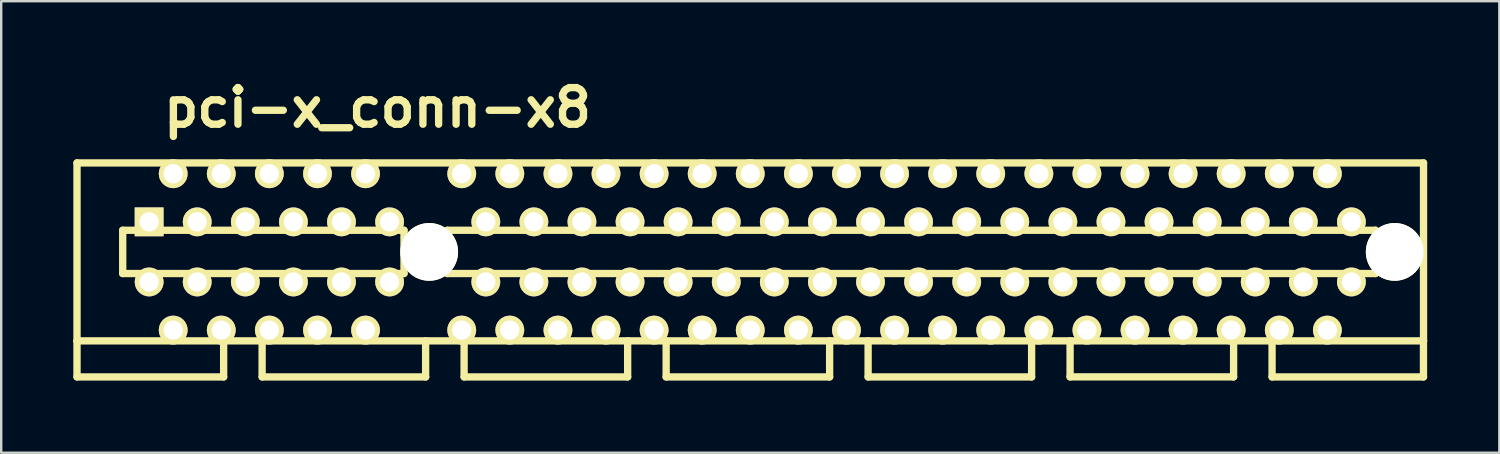
<source format=kicad_pcb>
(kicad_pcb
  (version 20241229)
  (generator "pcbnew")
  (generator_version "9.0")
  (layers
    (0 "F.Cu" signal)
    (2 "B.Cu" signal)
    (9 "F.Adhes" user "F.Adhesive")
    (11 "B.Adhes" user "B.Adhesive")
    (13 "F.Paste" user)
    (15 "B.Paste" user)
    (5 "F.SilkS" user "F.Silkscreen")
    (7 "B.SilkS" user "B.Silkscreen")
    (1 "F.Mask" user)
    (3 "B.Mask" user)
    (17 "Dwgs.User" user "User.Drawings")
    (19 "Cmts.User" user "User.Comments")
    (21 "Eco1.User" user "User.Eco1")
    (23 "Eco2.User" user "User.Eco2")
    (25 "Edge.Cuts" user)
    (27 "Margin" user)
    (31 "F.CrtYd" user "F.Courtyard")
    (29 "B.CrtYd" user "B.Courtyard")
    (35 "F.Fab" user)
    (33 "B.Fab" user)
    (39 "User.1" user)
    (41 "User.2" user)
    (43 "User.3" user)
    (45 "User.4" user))
  (footprint "pci-x_conn-x8"
    (layer "F.Cu")
    (at 12.652 7.426)
    (property "Reference" "pci-x_conn-x8" (at 0 -5.999 0) (layer "F.SilkS") (effects (font (size 1.524 1.524) (thickness 0.305))))
    (attr through_hole)
    (fp_line (start -12.499 -3.701) (end -12.499 3.701) (stroke (width 0.305) (type solid)) (layer "F.SilkS"))
    (fp_line (start -12.499 3.701) (end -12.499 5.199) (stroke (width 0.305) (type solid)) (layer "F.SilkS"))
    (fp_line (start -12.499 3.701) (end 43.5 3.701) (stroke (width 0.305) (type solid)) (layer "F.SilkS"))
    (fp_line (start -10.599 -0.899) (end -10.599 0.899) (stroke (width 0.305) (type solid)) (layer "F.SilkS"))
    (fp_line (start -10.599 -0.899) (end 1.1 -0.899) (stroke (width 0.305) (type solid)) (layer "F.SilkS"))
    (fp_line (start -6.401 5.199) (end -12.499 5.199) (stroke (width 0.305) (type solid)) (layer "F.SilkS"))
    (fp_line (start -6.401 5.199) (end -6.401 3.701) (stroke (width 0.305) (type solid)) (layer "F.SilkS"))
    (fp_line (start -4.801 3.701) (end -4.801 5.199) (stroke (width 0.305) (type solid)) (layer "F.SilkS"))
    (fp_line (start -4.798 5.199) (end 2.002 5.199) (stroke (width 0.305) (type solid)) (layer "F.SilkS"))
    (fp_line (start 1.1 0.899) (end -10.599 0.899) (stroke (width 0.305) (type solid)) (layer "F.SilkS"))
    (fp_line (start 1.1 0.899) (end 1.1 -0.899) (stroke (width 0.305) (type solid)) (layer "F.SilkS"))
    (fp_line (start 1.999 5.199) (end 1.999 3.701) (stroke (width 0.305) (type solid)) (layer "F.SilkS"))
    (fp_line (start 2.901 0.899) (end 2.901 -0.899) (stroke (width 0.305) (type solid)) (layer "F.SilkS"))
    (fp_line (start 2.901 0.899) (end 41.501 0.899) (stroke (width 0.305) (type solid)) (layer "F.SilkS"))
    (fp_line (start 3.599 3.701) (end 3.599 5.199) (stroke (width 0.305) (type solid)) (layer "F.SilkS"))
    (fp_line (start 3.602 5.199) (end 10.401 5.199) (stroke (width 0.305) (type solid)) (layer "F.SilkS"))
    (fp_line (start 10.401 5.199) (end 10.401 3.701) (stroke (width 0.305) (type solid)) (layer "F.SilkS"))
    (fp_line (start 12.002 5.199) (end 12.002 3.701) (stroke (width 0.305) (type solid)) (layer "F.SilkS"))
    (fp_line (start 12.002 5.199) (end 18.801 5.199) (stroke (width 0.305) (type solid)) (layer "F.SilkS"))
    (fp_line (start 18.801 5.199) (end 18.801 3.701) (stroke (width 0.305) (type solid)) (layer "F.SilkS"))
    (fp_line (start 20.401 3.701) (end 20.401 5.199) (stroke (width 0.305) (type solid)) (layer "F.SilkS"))
    (fp_line (start 20.401 5.199) (end 27.201 5.199) (stroke (width 0.305) (type solid)) (layer "F.SilkS"))
    (fp_line (start 27.201 5.199) (end 27.201 3.701) (stroke (width 0.305) (type solid)) (layer "F.SilkS"))
    (fp_line (start 28.801 3.701) (end 28.801 5.199) (stroke (width 0.305) (type solid)) (layer "F.SilkS"))
    (fp_line (start 28.801 5.197) (end 35.601 5.197) (stroke (width 0.305) (type solid)) (layer "F.SilkS"))
    (fp_line (start 35.601 5.199) (end 35.601 3.701) (stroke (width 0.305) (type solid)) (layer "F.SilkS"))
    (fp_line (start 37.201 5.199) (end 37.201 3.701) (stroke (width 0.305) (type solid)) (layer "F.SilkS"))
    (fp_line (start 37.201 5.199) (end 43.5 5.199) (stroke (width 0.305) (type solid)) (layer "F.SilkS"))
    (fp_line (start 41.501 -0.899) (end 2.901 -0.899) (stroke (width 0.305) (type solid)) (layer "F.SilkS"))
    (fp_line (start 41.504 -0.899) (end 41.504 0.899) (stroke (width 0.305) (type solid)) (layer "F.SilkS"))
    (fp_line (start 43.498 5.199) (end 43.498 3.701) (stroke (width 0.305) (type solid)) (layer "F.SilkS"))
    (fp_line (start 43.5 -3.701) (end -12.499 -3.701) (stroke (width 0.305) (type solid)) (layer "F.SilkS"))
    (fp_line (start 43.5 3.701) (end 43.5 -3.701) (stroke (width 0.305) (type solid)) (layer "F.SilkS"))
    (pad "" np_thru_hole circle (at 2.149 0) (size 2.4 2.4) (drill 2.4) (layers "*.Cu" "*.Mask" "F.SilkS"))
    (pad "" np_thru_hole circle (at 42.301 0) (size 2.4 2.4) (drill 2.4) (layers "*.Cu" "*.Mask" "F.SilkS"))
    (pad "A1" thru_hole rect (at -9.5 -1.25) (size 1.199 1.199) (drill 0.8) (layers "*.Cu" "*.Mask" "F.SilkS"))
    (pad "A2" thru_hole circle (at -8.499 -3.251) (size 1.199 1.199) (drill 0.8) (layers "*.Cu" "*.Mask" "F.SilkS"))
    (pad "A3" thru_hole circle (at -7.501 -1.25) (size 1.199 1.199) (drill 0.8) (layers "*.Cu" "*.Mask" "F.SilkS"))
    (pad "A4" thru_hole circle (at -6.5 -3.251) (size 1.199 1.199) (drill 0.8) (layers "*.Cu" "*.Mask" "F.SilkS"))
    (pad "A5" thru_hole circle (at -5.499 -1.25) (size 1.199 1.199) (drill 0.8) (layers "*.Cu" "*.Mask" "F.SilkS"))
    (pad "A6" thru_hole circle (at -4.501 -3.251) (size 1.199 1.199) (drill 0.8) (layers "*.Cu" "*.Mask" "F.SilkS"))
    (pad "A7" thru_hole circle (at -3.5 -1.25) (size 1.199 1.199) (drill 0.8) (layers "*.Cu" "*.Mask" "F.SilkS"))
    (pad "A8" thru_hole circle (at -2.499 -3.251) (size 1.199 1.199) (drill 0.8) (layers "*.Cu" "*.Mask" "F.SilkS"))
    (pad "A9" thru_hole circle (at -1.501 -1.25) (size 1.199 1.199) (drill 0.8) (layers "*.Cu" "*.Mask" "F.SilkS"))
    (pad "A10" thru_hole circle (at -0.5 -3.251) (size 1.199 1.199) (drill 0.8) (layers "*.Cu" "*.Mask" "F.SilkS"))
    (pad "A11" thru_hole circle (at 0.5 -1.25) (size 1.199 1.199) (drill 0.8) (layers "*.Cu" "*.Mask" "F.SilkS"))
    (pad "A12" thru_hole circle (at 3.5 -3.251) (size 1.199 1.199) (drill 0.8) (layers "*.Cu" "*.Mask" "F.SilkS"))
    (pad "A13" thru_hole circle (at 4.501 -1.25) (size 1.199 1.199) (drill 0.8) (layers "*.Cu" "*.Mask" "F.SilkS"))
    (pad "A14" thru_hole circle (at 5.499 -3.251) (size 1.199 1.199) (drill 0.8) (layers "*.Cu" "*.Mask" "F.SilkS"))
    (pad "A15" thru_hole circle (at 6.5 -1.25) (size 1.199 1.199) (drill 0.8) (layers "*.Cu" "*.Mask" "F.SilkS"))
    (pad "A16" thru_hole circle (at 7.501 -3.251) (size 1.199 1.199) (drill 0.8) (layers "*.Cu" "*.Mask" "F.SilkS"))
    (pad "A17" thru_hole circle (at 8.499 -1.25) (size 1.199 1.199) (drill 0.8) (layers "*.Cu" "*.Mask" "F.SilkS"))
    (pad "A18" thru_hole circle (at 9.5 -3.251) (size 1.199 1.199) (drill 0.8) (layers "*.Cu" "*.Mask" "F.SilkS"))
    (pad "A19" thru_hole circle (at 10.5 -1.25) (size 1.199 1.199) (drill 0.8) (layers "*.Cu" "*.Mask" "F.SilkS"))
    (pad "A20" thru_hole circle (at 11.501 -3.251) (size 1.199 1.199) (drill 0.8) (layers "*.Cu" "*.Mask" "F.SilkS"))
    (pad "A21" thru_hole circle (at 12.499 -1.25) (size 1.199 1.199) (drill 0.8) (layers "*.Cu" "*.Mask" "F.SilkS"))
    (pad "A22" thru_hole circle (at 13.5 -3.251) (size 1.199 1.199) (drill 0.8) (layers "*.Cu" "*.Mask" "F.SilkS"))
    (pad "A23" thru_hole circle (at 14.501 -1.25) (size 1.199 1.199) (drill 0.8) (layers "*.Cu" "*.Mask" "F.SilkS"))
    (pad "A24" thru_hole circle (at 15.499 -3.251) (size 1.199 1.199) (drill 0.8) (layers "*.Cu" "*.Mask" "F.SilkS"))
    (pad "A25" thru_hole circle (at 16.5 -1.25) (size 1.199 1.199) (drill 0.8) (layers "*.Cu" "*.Mask" "F.SilkS"))
    (pad "A26" thru_hole circle (at 17.501 -3.251) (size 1.199 1.199) (drill 0.8) (layers "*.Cu" "*.Mask" "F.SilkS"))
    (pad "A27" thru_hole circle (at 18.499 -1.25) (size 1.199 1.199) (drill 0.8) (layers "*.Cu" "*.Mask" "F.SilkS"))
    (pad "A28" thru_hole circle (at 19.5 -3.251) (size 1.199 1.199) (drill 0.8) (layers "*.Cu" "*.Mask" "F.SilkS"))
    (pad "A29" thru_hole circle (at 20.5 -1.25) (size 1.199 1.199) (drill 0.8) (layers "*.Cu" "*.Mask" "F.SilkS"))
    (pad "A30" thru_hole circle (at 21.501 -3.251) (size 1.199 1.199) (drill 0.8) (layers "*.Cu" "*.Mask" "F.SilkS"))
    (pad "A31" thru_hole circle (at 22.499 -1.25) (size 1.199 1.199) (drill 0.8) (layers "*.Cu" "*.Mask" "F.SilkS"))
    (pad "A32" thru_hole circle (at 23.5 -3.251) (size 1.199 1.199) (drill 0.8) (layers "*.Cu" "*.Mask" "F.SilkS"))
    (pad "A33" thru_hole circle (at 24.501 -1.25) (size 1.199 1.199) (drill 0.8) (layers "*.Cu" "*.Mask" "F.SilkS"))
    (pad "A34" thru_hole circle (at 25.499 -3.251) (size 1.199 1.199) (drill 0.8) (layers "*.Cu" "*.Mask" "F.SilkS"))
    (pad "A35" thru_hole circle (at 26.5 -1.25) (size 1.199 1.199) (drill 0.8) (layers "*.Cu" "*.Mask" "F.SilkS"))
    (pad "A36" thru_hole circle (at 27.501 -3.251) (size 1.199 1.199) (drill 0.8) (layers "*.Cu" "*.Mask" "F.SilkS"))
    (pad "A37" thru_hole circle (at 28.499 -1.25) (size 1.199 1.199) (drill 0.8) (layers "*.Cu" "*.Mask" "F.SilkS"))
    (pad "A38" thru_hole circle (at 29.5 -3.251) (size 1.199 1.199) (drill 0.8) (layers "*.Cu" "*.Mask" "F.SilkS"))
    (pad "A39" thru_hole circle (at 30.5 -1.25) (size 1.199 1.199) (drill 0.8) (layers "*.Cu" "*.Mask" "F.SilkS"))
    (pad "A40" thru_hole circle (at 31.501 -3.251) (size 1.199 1.199) (drill 0.8) (layers "*.Cu" "*.Mask" "F.SilkS"))
    (pad "A41" thru_hole circle (at 32.499 -1.25) (size 1.199 1.199) (drill 0.8) (layers "*.Cu" "*.Mask" "F.SilkS"))
    (pad "A42" thru_hole circle (at 33.5 -3.251) (size 1.199 1.199) (drill 0.8) (layers "*.Cu" "*.Mask" "F.SilkS"))
    (pad "A43" thru_hole circle (at 34.501 -1.25) (size 1.199 1.199) (drill 0.8) (layers "*.Cu" "*.Mask" "F.SilkS"))
    (pad "A44" thru_hole circle (at 35.499 -3.251) (size 1.199 1.199) (drill 0.8) (layers "*.Cu" "*.Mask" "F.SilkS"))
    (pad "A45" thru_hole circle (at 36.5 -1.25) (size 1.199 1.199) (drill 0.8) (layers "*.Cu" "*.Mask" "F.SilkS"))
    (pad "A46" thru_hole circle (at 37.501 -3.251) (size 1.199 1.199) (drill 0.8) (layers "*.Cu" "*.Mask" "F.SilkS"))
    (pad "A47" thru_hole circle (at 38.499 -1.25) (size 1.199 1.199) (drill 0.8) (layers "*.Cu" "*.Mask" "F.SilkS"))
    (pad "A48" thru_hole circle (at 39.5 -3.251) (size 1.199 1.199) (drill 0.8) (layers "*.Cu" "*.Mask" "F.SilkS"))
    (pad "A49" thru_hole circle (at 40.5 -1.25) (size 1.199 1.199) (drill 0.8) (layers "*.Cu" "*.Mask" "F.SilkS"))
    (pad "B1" thru_hole circle (at -9.5 1.25) (size 1.199 1.199) (drill 0.8) (layers "*.Cu" "*.Mask" "F.SilkS"))
    (pad "B2" thru_hole circle (at -8.499 3.251) (size 1.199 1.199) (drill 0.8) (layers "*.Cu" "*.Mask" "F.SilkS"))
    (pad "B3" thru_hole circle (at -7.501 1.25) (size 1.199 1.199) (drill 0.8) (layers "*.Cu" "*.Mask" "F.SilkS"))
    (pad "B4" thru_hole circle (at -6.5 3.251) (size 1.199 1.199) (drill 0.8) (layers "*.Cu" "*.Mask" "F.SilkS"))
    (pad "B5" thru_hole circle (at -5.499 1.25) (size 1.199 1.199) (drill 0.8) (layers "*.Cu" "*.Mask" "F.SilkS"))
    (pad "B6" thru_hole circle (at -4.501 3.251) (size 1.199 1.199) (drill 0.8) (layers "*.Cu" "*.Mask" "F.SilkS"))
    (pad "B7" thru_hole circle (at -3.5 1.25) (size 1.199 1.199) (drill 0.8) (layers "*.Cu" "*.Mask" "F.SilkS"))
    (pad "B8" thru_hole circle (at -2.499 3.251) (size 1.199 1.199) (drill 0.8) (layers "*.Cu" "*.Mask" "F.SilkS"))
    (pad "B9" thru_hole circle (at -1.501 1.25) (size 1.199 1.199) (drill 0.8) (layers "*.Cu" "*.Mask" "F.SilkS"))
    (pad "B10" thru_hole circle (at -0.5 3.251) (size 1.199 1.199) (drill 0.8) (layers "*.Cu" "*.Mask" "F.SilkS"))
    (pad "B11" thru_hole circle (at 0.5 1.25) (size 1.199 1.199) (drill 0.8) (layers "*.Cu" "*.Mask" "F.SilkS"))
    (pad "B12" thru_hole circle (at 3.5 3.251) (size 1.199 1.199) (drill 0.8) (layers "*.Cu" "*.Mask" "F.SilkS"))
    (pad "B13" thru_hole circle (at 4.501 1.25) (size 1.199 1.199) (drill 0.8) (layers "*.Cu" "*.Mask" "F.SilkS"))
    (pad "B14" thru_hole circle (at 5.499 3.251) (size 1.199 1.199) (drill 0.8) (layers "*.Cu" "*.Mask" "F.SilkS"))
    (pad "B15" thru_hole circle (at 6.5 1.25) (size 1.199 1.199) (drill 0.8) (layers "*.Cu" "*.Mask" "F.SilkS"))
    (pad "B16" thru_hole circle (at 7.501 3.251) (size 1.199 1.199) (drill 0.8) (layers "*.Cu" "*.Mask" "F.SilkS"))
    (pad "B17" thru_hole circle (at 8.499 1.25) (size 1.199 1.199) (drill 0.8) (layers "*.Cu" "*.Mask" "F.SilkS"))
    (pad "B18" thru_hole circle (at 9.5 3.251) (size 1.199 1.199) (drill 0.8) (layers "*.Cu" "*.Mask" "F.SilkS"))
    (pad "B19" thru_hole circle (at 10.5 1.25) (size 1.199 1.199) (drill 0.8) (layers "*.Cu" "*.Mask" "F.SilkS"))
    (pad "B20" thru_hole circle (at 11.501 3.251) (size 1.199 1.199) (drill 0.8) (layers "*.Cu" "*.Mask" "F.SilkS"))
    (pad "B21" thru_hole circle (at 12.499 1.25) (size 1.199 1.199) (drill 0.8) (layers "*.Cu" "*.Mask" "F.SilkS"))
    (pad "B22" thru_hole circle (at 13.5 3.251) (size 1.199 1.199) (drill 0.8) (layers "*.Cu" "*.Mask" "F.SilkS"))
    (pad "B23" thru_hole circle (at 14.501 1.25) (size 1.199 1.199) (drill 0.8) (layers "*.Cu" "*.Mask" "F.SilkS"))
    (pad "B24" thru_hole circle (at 15.499 3.251) (size 1.199 1.199) (drill 0.8) (layers "*.Cu" "*.Mask" "F.SilkS"))
    (pad "B25" thru_hole circle (at 16.5 1.25) (size 1.199 1.199) (drill 0.8) (layers "*.Cu" "*.Mask" "F.SilkS"))
    (pad "B26" thru_hole circle (at 17.501 3.251) (size 1.199 1.199) (drill 0.8) (layers "*.Cu" "*.Mask" "F.SilkS"))
    (pad "B27" thru_hole circle (at 18.499 1.25) (size 1.199 1.199) (drill 0.8) (layers "*.Cu" "*.Mask" "F.SilkS"))
    (pad "B28" thru_hole circle (at 19.5 3.251) (size 1.199 1.199) (drill 0.8) (layers "*.Cu" "*.Mask" "F.SilkS"))
    (pad "B29" thru_hole circle (at 20.5 1.25) (size 1.199 1.199) (drill 0.8) (layers "*.Cu" "*.Mask" "F.SilkS"))
    (pad "B30" thru_hole circle (at 21.501 3.251) (size 1.199 1.199) (drill 0.8) (layers "*.Cu" "*.Mask" "F.SilkS"))
    (pad "B31" thru_hole circle (at 22.499 1.25) (size 1.199 1.199) (drill 0.8) (layers "*.Cu" "*.Mask" "F.SilkS"))
    (pad "B32" thru_hole circle (at 23.5 3.251) (size 1.199 1.199) (drill 0.8) (layers "*.Cu" "*.Mask" "F.SilkS"))
    (pad "B33" thru_hole circle (at 24.501 1.25) (size 1.199 1.199) (drill 0.8) (layers "*.Cu" "*.Mask" "F.SilkS"))
    (pad "B34" thru_hole circle (at 25.499 3.251) (size 1.199 1.199) (drill 0.8) (layers "*.Cu" "*.Mask" "F.SilkS"))
    (pad "B35" thru_hole circle (at 26.5 1.25) (size 1.199 1.199) (drill 0.8) (layers "*.Cu" "*.Mask" "F.SilkS"))
    (pad "B36" thru_hole circle (at 27.501 3.251) (size 1.199 1.199) (drill 0.8) (layers "*.Cu" "*.Mask" "F.SilkS"))
    (pad "B37" thru_hole circle (at 28.499 1.25) (size 1.199 1.199) (drill 0.8) (layers "*.Cu" "*.Mask" "F.SilkS"))
    (pad "B38" thru_hole circle (at 29.5 3.251) (size 1.199 1.199) (drill 0.8) (layers "*.Cu" "*.Mask" "F.SilkS"))
    (pad "B39" thru_hole circle (at 30.5 1.25) (size 1.199 1.199) (drill 0.8) (layers "*.Cu" "*.Mask" "F.SilkS"))
    (pad "B40" thru_hole circle (at 31.501 3.251) (size 1.199 1.199) (drill 0.8) (layers "*.Cu" "*.Mask" "F.SilkS"))
    (pad "B41" thru_hole circle (at 32.499 1.25) (size 1.199 1.199) (drill 0.8) (layers "*.Cu" "*.Mask" "F.SilkS"))
    (pad "B42" thru_hole circle (at 33.5 3.251) (size 1.199 1.199) (drill 0.8) (layers "*.Cu" "*.Mask" "F.SilkS"))
    (pad "B43" thru_hole circle (at 34.501 1.25) (size 1.199 1.199) (drill 0.8) (layers "*.Cu" "*.Mask" "F.SilkS"))
    (pad "B44" thru_hole circle (at 35.499 3.251) (size 1.199 1.199) (drill 0.8) (layers "*.Cu" "*.Mask" "F.SilkS"))
    (pad "B45" thru_hole circle (at 36.5 1.25) (size 1.199 1.199) (drill 0.8) (layers "*.Cu" "*.Mask" "F.SilkS"))
    (pad "B46" thru_hole circle (at 37.501 3.251) (size 1.199 1.199) (drill 0.8) (layers "*.Cu" "*.Mask" "F.SilkS"))
    (pad "B47" thru_hole circle (at 38.499 1.25) (size 1.199 1.199) (drill 0.8) (layers "*.Cu" "*.Mask" "F.SilkS"))
    (pad "B48" thru_hole circle (at 39.5 3.251) (size 1.199 1.199) (drill 0.8) (layers "*.Cu" "*.Mask" "F.SilkS"))
    (pad "B49" thru_hole circle (at 40.5 1.25) (size 1.199 1.199) (drill 0.8) (layers "*.Cu" "*.Mask" "F.SilkS")))
  (gr_rect
    (start -3 -3)
    (end 59.304 15.778)
    (stroke (width 0.1) (type default))
    (fill no)
    (layer "Edge.Cuts")))
</source>
